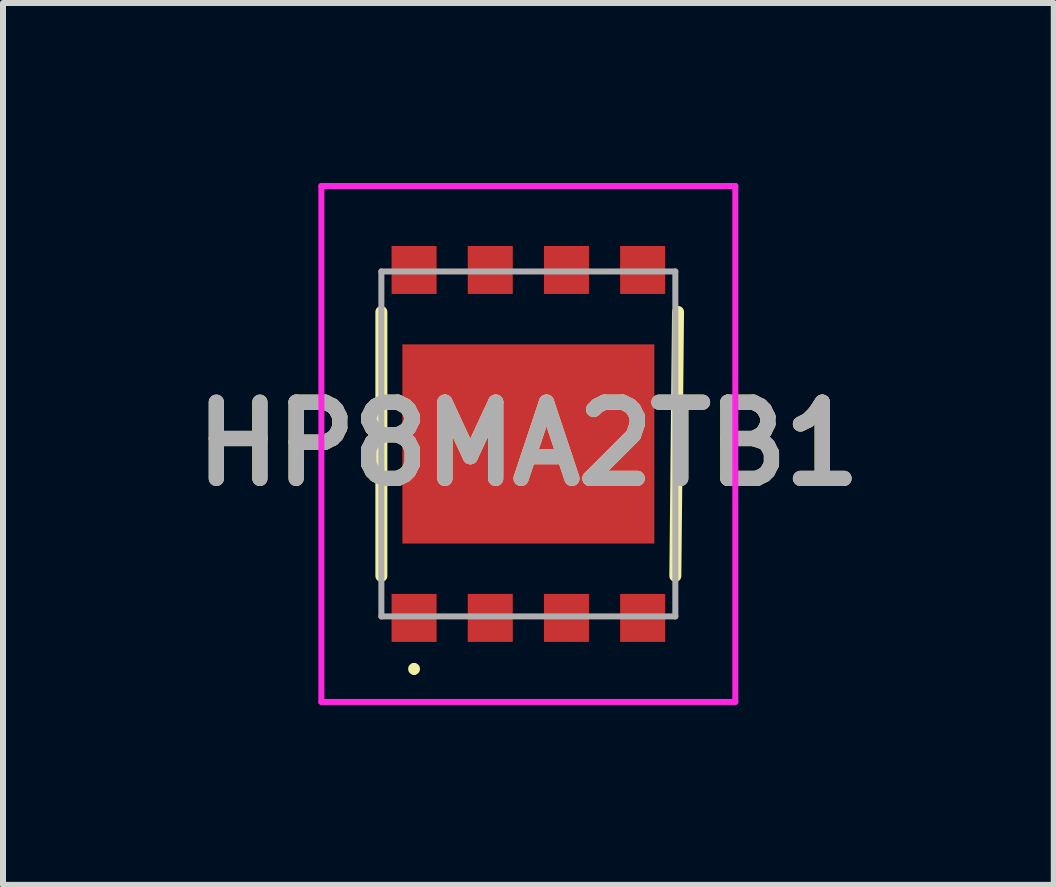
<source format=kicad_pcb>
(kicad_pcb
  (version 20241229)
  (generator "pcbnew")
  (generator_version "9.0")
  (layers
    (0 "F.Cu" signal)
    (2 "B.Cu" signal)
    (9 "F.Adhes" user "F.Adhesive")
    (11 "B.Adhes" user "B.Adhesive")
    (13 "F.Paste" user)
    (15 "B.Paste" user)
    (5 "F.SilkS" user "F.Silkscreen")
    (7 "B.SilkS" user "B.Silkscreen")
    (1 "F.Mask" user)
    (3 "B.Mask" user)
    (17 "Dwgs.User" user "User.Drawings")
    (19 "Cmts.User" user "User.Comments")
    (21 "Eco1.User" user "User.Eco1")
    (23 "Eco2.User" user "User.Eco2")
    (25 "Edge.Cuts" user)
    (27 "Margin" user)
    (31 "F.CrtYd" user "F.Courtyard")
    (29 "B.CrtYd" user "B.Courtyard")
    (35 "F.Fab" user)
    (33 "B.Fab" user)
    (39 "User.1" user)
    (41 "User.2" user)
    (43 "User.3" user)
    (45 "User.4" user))
  (footprint "HP8MA2TB1"
    (layer "F.Cu")
    (at 5.757 4.35)
    (property "Reference" "HP8MA2TB1" (at 0 0 0) (layer "F.SilkS") (effects (font (size 1.27 1.27) (thickness 0.254))))
    (attr smd)
    (fp_line (start -2.45 -2.2) (end -2.45 2.2) (stroke (width 0.2) (type solid)) (layer "F.SilkS"))
    (fp_line (start -1.905 3.7) (end -1.905 3.7) (stroke (width 0.1) (type solid)) (layer "F.SilkS"))
    (fp_line (start -1.905 3.8) (end -1.905 3.8) (stroke (width 0.1) (type solid)) (layer "F.SilkS"))
    (fp_line (start 2.495 -2.2) (end 2.45 2.2) (stroke (width 0.2) (type solid)) (layer "F.SilkS"))
    (fp_arc (start -1.905 3.7) (mid -1.855 3.75) (end -1.905 3.8) (stroke (width 0.1) (type solid)) (layer "F.SilkS"))
    (fp_arc (start -1.905 3.8) (mid -1.955 3.75) (end -1.905 3.7) (stroke (width 0.1) (type solid)) (layer "F.SilkS"))
    (fp_line (start -3.45 -4.3) (end 3.45 -4.3) (stroke (width 0.1) (type solid)) (layer "F.CrtYd"))
    (fp_line (start -3.45 4.3) (end -3.45 -4.3) (stroke (width 0.1) (type solid)) (layer "F.CrtYd"))
    (fp_line (start 3.45 -4.3) (end 3.45 4.3) (stroke (width 0.1) (type solid)) (layer "F.CrtYd"))
    (fp_line (start 3.45 4.3) (end -3.45 4.3) (stroke (width 0.1) (type solid)) (layer "F.CrtYd"))
    (fp_line (start -2.45 -2.875) (end -2.45 2.875) (stroke (width 0.1) (type solid)) (layer "F.Fab"))
    (fp_line (start -2.45 2.875) (end 2.45 2.875) (stroke (width 0.1) (type solid)) (layer "F.Fab"))
    (fp_line (start 2.45 -2.875) (end -2.45 -2.875) (stroke (width 0.1) (type solid)) (layer "F.Fab"))
    (fp_line (start 2.45 2.875) (end 2.45 -2.875) (stroke (width 0.1) (type solid)) (layer "F.Fab"))
    (fp_text user "${REFERENCE}" (at 0 0 0) (layer "F.Fab") (effects (font (size 1.27 1.27) (thickness 0.254))))
    (pad "1" smd rect (at -1.905 2.9) (size 0.75 0.8) (layers "F.Cu" "F.Mask" "F.Paste"))
    (pad "2" smd rect (at -0.635 2.9) (size 0.75 0.8) (layers "F.Cu" "F.Mask" "F.Paste"))
    (pad "3" smd rect (at 0.635 2.9) (size 0.75 0.8) (layers "F.Cu" "F.Mask" "F.Paste"))
    (pad "4" smd rect (at 1.905 2.9) (size 0.75 0.8) (layers "F.Cu" "F.Mask" "F.Paste"))
    (pad "5" smd rect (at 1.905 -2.9) (size 0.75 0.8) (layers "F.Cu" "F.Mask" "F.Paste"))
    (pad "6" smd rect (at 0.635 -2.9) (size 0.75 0.8) (layers "F.Cu" "F.Mask" "F.Paste"))
    (pad "7" smd rect (at -0.635 -2.9) (size 0.75 0.8) (layers "F.Cu" "F.Mask" "F.Paste"))
    (pad "8" smd rect (at -1.905 -2.9) (size 0.75 0.8) (layers "F.Cu" "F.Mask" "F.Paste"))
    (pad "9" smd rect (at 0 0 90) (size 3.32 4.2) (layers "F.Cu" "F.Mask" "F.Paste")))
  (gr_rect
    (start -3 -3)
    (end 14.515 11.7)
    (stroke (width 0.1) (type default))
    (fill no)
    (layer "Edge.Cuts")))
</source>
